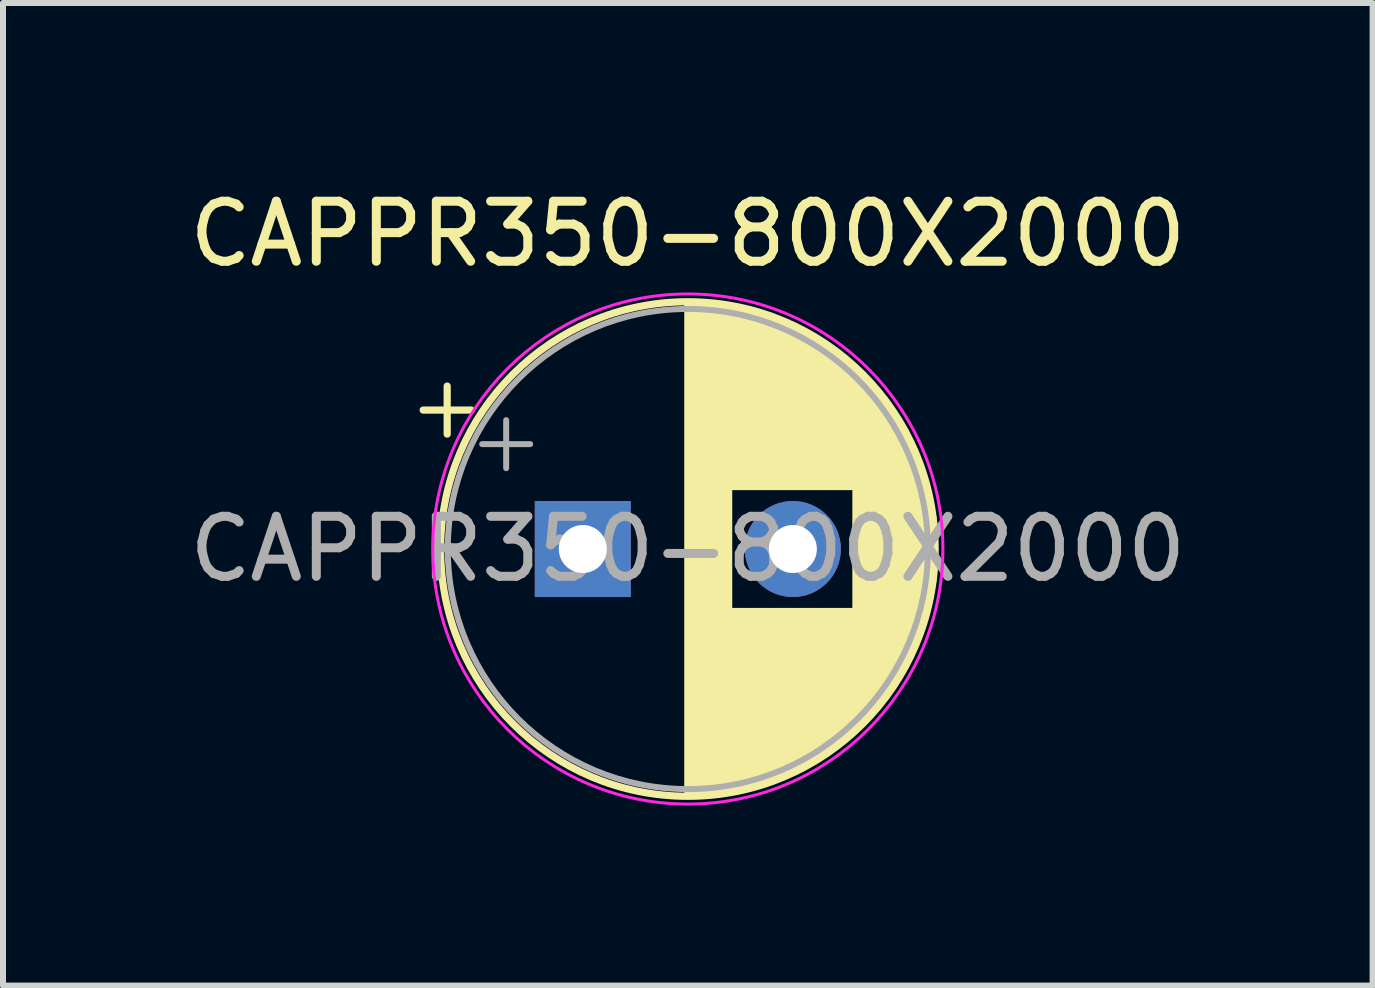
<source format=kicad_pcb>
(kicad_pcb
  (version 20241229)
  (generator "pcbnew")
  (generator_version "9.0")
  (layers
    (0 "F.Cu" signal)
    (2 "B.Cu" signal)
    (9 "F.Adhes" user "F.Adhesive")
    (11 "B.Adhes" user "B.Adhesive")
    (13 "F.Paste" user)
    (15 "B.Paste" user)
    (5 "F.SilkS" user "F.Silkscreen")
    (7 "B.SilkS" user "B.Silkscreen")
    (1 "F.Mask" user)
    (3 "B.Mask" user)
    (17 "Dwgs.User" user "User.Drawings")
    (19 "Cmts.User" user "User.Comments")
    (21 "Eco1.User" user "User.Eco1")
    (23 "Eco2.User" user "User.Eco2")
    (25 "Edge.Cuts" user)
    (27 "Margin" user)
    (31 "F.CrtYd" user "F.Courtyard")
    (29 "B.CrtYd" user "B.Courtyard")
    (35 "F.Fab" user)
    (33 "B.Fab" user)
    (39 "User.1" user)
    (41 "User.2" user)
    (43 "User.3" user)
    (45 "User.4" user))
  (footprint "CAPPR350-800X2000"
    (layer "F.Cu")
    (at 6.661 6.098)
    (property "Reference" "CAPPR350-800X2000" (at 1.75 -5.25 0) (layer "F.SilkS") (effects (font (size 1 1) (thickness 0.15))))
    (attr through_hole)
    (fp_line (start -2.66 -2.315) (end -1.86 -2.315) (stroke (width 0.12) (type solid)) (layer "F.SilkS"))
    (fp_line (start -2.26 -2.715) (end -2.26 -1.915) (stroke (width 0.12) (type solid)) (layer "F.SilkS"))
    (fp_line (start 1.75 -4.08) (end 1.75 4.08) (stroke (width 0.12) (type solid)) (layer "F.SilkS"))
    (fp_line (start 1.79 -4.08) (end 1.79 4.08) (stroke (width 0.12) (type solid)) (layer "F.SilkS"))
    (fp_line (start 1.83 -4.08) (end 1.83 4.08) (stroke (width 0.12) (type solid)) (layer "F.SilkS"))
    (fp_line (start 1.87 -4.079) (end 1.87 4.079) (stroke (width 0.12) (type solid)) (layer "F.SilkS"))
    (fp_line (start 1.91 -4.077) (end 1.91 4.077) (stroke (width 0.12) (type solid)) (layer "F.SilkS"))
    (fp_line (start 1.95 -4.076) (end 1.95 4.076) (stroke (width 0.12) (type solid)) (layer "F.SilkS"))
    (fp_line (start 1.99 -4.074) (end 1.99 4.074) (stroke (width 0.12) (type solid)) (layer "F.SilkS"))
    (fp_line (start 2.03 -4.071) (end 2.03 4.071) (stroke (width 0.12) (type solid)) (layer "F.SilkS"))
    (fp_line (start 2.07 -4.068) (end 2.07 4.068) (stroke (width 0.12) (type solid)) (layer "F.SilkS"))
    (fp_line (start 2.11 -4.065) (end 2.11 4.065) (stroke (width 0.12) (type solid)) (layer "F.SilkS"))
    (fp_line (start 2.15 -4.061) (end 2.15 4.061) (stroke (width 0.12) (type solid)) (layer "F.SilkS"))
    (fp_line (start 2.19 -4.057) (end 2.19 4.057) (stroke (width 0.12) (type solid)) (layer "F.SilkS"))
    (fp_line (start 2.23 -4.052) (end 2.23 4.052) (stroke (width 0.12) (type solid)) (layer "F.SilkS"))
    (fp_line (start 2.27 -4.048) (end 2.27 4.048) (stroke (width 0.12) (type solid)) (layer "F.SilkS"))
    (fp_line (start 2.31 -4.042) (end 2.31 4.042) (stroke (width 0.12) (type solid)) (layer "F.SilkS"))
    (fp_line (start 2.35 -4.037) (end 2.35 4.037) (stroke (width 0.12) (type solid)) (layer "F.SilkS"))
    (fp_line (start 2.39 -4.03) (end 2.39 4.03) (stroke (width 0.12) (type solid)) (layer "F.SilkS"))
    (fp_line (start 2.43 -4.024) (end 2.43 4.024) (stroke (width 0.12) (type solid)) (layer "F.SilkS"))
    (fp_line (start 2.471 -4.017) (end 2.471 -1.04) (stroke (width 0.12) (type solid)) (layer "F.SilkS"))
    (fp_line (start 2.471 1.04) (end 2.471 4.017) (stroke (width 0.12) (type solid)) (layer "F.SilkS"))
    (fp_line (start 2.511 -4.01) (end 2.511 -1.04) (stroke (width 0.12) (type solid)) (layer "F.SilkS"))
    (fp_line (start 2.511 1.04) (end 2.511 4.01) (stroke (width 0.12) (type solid)) (layer "F.SilkS"))
    (fp_line (start 2.551 -4.002) (end 2.551 -1.04) (stroke (width 0.12) (type solid)) (layer "F.SilkS"))
    (fp_line (start 2.551 1.04) (end 2.551 4.002) (stroke (width 0.12) (type solid)) (layer "F.SilkS"))
    (fp_line (start 2.591 -3.994) (end 2.591 -1.04) (stroke (width 0.12) (type solid)) (layer "F.SilkS"))
    (fp_line (start 2.591 1.04) (end 2.591 3.994) (stroke (width 0.12) (type solid)) (layer "F.SilkS"))
    (fp_line (start 2.631 -3.985) (end 2.631 -1.04) (stroke (width 0.12) (type solid)) (layer "F.SilkS"))
    (fp_line (start 2.631 1.04) (end 2.631 3.985) (stroke (width 0.12) (type solid)) (layer "F.SilkS"))
    (fp_line (start 2.671 -3.976) (end 2.671 -1.04) (stroke (width 0.12) (type solid)) (layer "F.SilkS"))
    (fp_line (start 2.671 1.04) (end 2.671 3.976) (stroke (width 0.12) (type solid)) (layer "F.SilkS"))
    (fp_line (start 2.711 -3.967) (end 2.711 -1.04) (stroke (width 0.12) (type solid)) (layer "F.SilkS"))
    (fp_line (start 2.711 1.04) (end 2.711 3.967) (stroke (width 0.12) (type solid)) (layer "F.SilkS"))
    (fp_line (start 2.751 -3.957) (end 2.751 -1.04) (stroke (width 0.12) (type solid)) (layer "F.SilkS"))
    (fp_line (start 2.751 1.04) (end 2.751 3.957) (stroke (width 0.12) (type solid)) (layer "F.SilkS"))
    (fp_line (start 2.791 -3.947) (end 2.791 -1.04) (stroke (width 0.12) (type solid)) (layer "F.SilkS"))
    (fp_line (start 2.791 1.04) (end 2.791 3.947) (stroke (width 0.12) (type solid)) (layer "F.SilkS"))
    (fp_line (start 2.831 -3.936) (end 2.831 -1.04) (stroke (width 0.12) (type solid)) (layer "F.SilkS"))
    (fp_line (start 2.831 1.04) (end 2.831 3.936) (stroke (width 0.12) (type solid)) (layer "F.SilkS"))
    (fp_line (start 2.871 -3.925) (end 2.871 -1.04) (stroke (width 0.12) (type solid)) (layer "F.SilkS"))
    (fp_line (start 2.871 1.04) (end 2.871 3.925) (stroke (width 0.12) (type solid)) (layer "F.SilkS"))
    (fp_line (start 2.911 -3.914) (end 2.911 -1.04) (stroke (width 0.12) (type solid)) (layer "F.SilkS"))
    (fp_line (start 2.911 1.04) (end 2.911 3.914) (stroke (width 0.12) (type solid)) (layer "F.SilkS"))
    (fp_line (start 2.951 -3.902) (end 2.951 -1.04) (stroke (width 0.12) (type solid)) (layer "F.SilkS"))
    (fp_line (start 2.951 1.04) (end 2.951 3.902) (stroke (width 0.12) (type solid)) (layer "F.SilkS"))
    (fp_line (start 2.991 -3.889) (end 2.991 -1.04) (stroke (width 0.12) (type solid)) (layer "F.SilkS"))
    (fp_line (start 2.991 1.04) (end 2.991 3.889) (stroke (width 0.12) (type solid)) (layer "F.SilkS"))
    (fp_line (start 3.031 -3.877) (end 3.031 -1.04) (stroke (width 0.12) (type solid)) (layer "F.SilkS"))
    (fp_line (start 3.031 1.04) (end 3.031 3.877) (stroke (width 0.12) (type solid)) (layer "F.SilkS"))
    (fp_line (start 3.071 -3.863) (end 3.071 -1.04) (stroke (width 0.12) (type solid)) (layer "F.SilkS"))
    (fp_line (start 3.071 1.04) (end 3.071 3.863) (stroke (width 0.12) (type solid)) (layer "F.SilkS"))
    (fp_line (start 3.111 -3.85) (end 3.111 -1.04) (stroke (width 0.12) (type solid)) (layer "F.SilkS"))
    (fp_line (start 3.111 1.04) (end 3.111 3.85) (stroke (width 0.12) (type solid)) (layer "F.SilkS"))
    (fp_line (start 3.151 -3.835) (end 3.151 -1.04) (stroke (width 0.12) (type solid)) (layer "F.SilkS"))
    (fp_line (start 3.151 1.04) (end 3.151 3.835) (stroke (width 0.12) (type solid)) (layer "F.SilkS"))
    (fp_line (start 3.191 -3.821) (end 3.191 -1.04) (stroke (width 0.12) (type solid)) (layer "F.SilkS"))
    (fp_line (start 3.191 1.04) (end 3.191 3.821) (stroke (width 0.12) (type solid)) (layer "F.SilkS"))
    (fp_line (start 3.231 -3.805) (end 3.231 -1.04) (stroke (width 0.12) (type solid)) (layer "F.SilkS"))
    (fp_line (start 3.231 1.04) (end 3.231 3.805) (stroke (width 0.12) (type solid)) (layer "F.SilkS"))
    (fp_line (start 3.271 -3.79) (end 3.271 -1.04) (stroke (width 0.12) (type solid)) (layer "F.SilkS"))
    (fp_line (start 3.271 1.04) (end 3.271 3.79) (stroke (width 0.12) (type solid)) (layer "F.SilkS"))
    (fp_line (start 3.311 -3.774) (end 3.311 -1.04) (stroke (width 0.12) (type solid)) (layer "F.SilkS"))
    (fp_line (start 3.311 1.04) (end 3.311 3.774) (stroke (width 0.12) (type solid)) (layer "F.SilkS"))
    (fp_line (start 3.351 -3.757) (end 3.351 -1.04) (stroke (width 0.12) (type solid)) (layer "F.SilkS"))
    (fp_line (start 3.351 1.04) (end 3.351 3.757) (stroke (width 0.12) (type solid)) (layer "F.SilkS"))
    (fp_line (start 3.391 -3.74) (end 3.391 -1.04) (stroke (width 0.12) (type solid)) (layer "F.SilkS"))
    (fp_line (start 3.391 1.04) (end 3.391 3.74) (stroke (width 0.12) (type solid)) (layer "F.SilkS"))
    (fp_line (start 3.431 -3.722) (end 3.431 -1.04) (stroke (width 0.12) (type solid)) (layer "F.SilkS"))
    (fp_line (start 3.431 1.04) (end 3.431 3.722) (stroke (width 0.12) (type solid)) (layer "F.SilkS"))
    (fp_line (start 3.471 -3.704) (end 3.471 -1.04) (stroke (width 0.12) (type solid)) (layer "F.SilkS"))
    (fp_line (start 3.471 1.04) (end 3.471 3.704) (stroke (width 0.12) (type solid)) (layer "F.SilkS"))
    (fp_line (start 3.511 -3.686) (end 3.511 -1.04) (stroke (width 0.12) (type solid)) (layer "F.SilkS"))
    (fp_line (start 3.511 1.04) (end 3.511 3.686) (stroke (width 0.12) (type solid)) (layer "F.SilkS"))
    (fp_line (start 3.551 -3.666) (end 3.551 -1.04) (stroke (width 0.12) (type solid)) (layer "F.SilkS"))
    (fp_line (start 3.551 1.04) (end 3.551 3.666) (stroke (width 0.12) (type solid)) (layer "F.SilkS"))
    (fp_line (start 3.591 -3.647) (end 3.591 -1.04) (stroke (width 0.12) (type solid)) (layer "F.SilkS"))
    (fp_line (start 3.591 1.04) (end 3.591 3.647) (stroke (width 0.12) (type solid)) (layer "F.SilkS"))
    (fp_line (start 3.631 -3.627) (end 3.631 -1.04) (stroke (width 0.12) (type solid)) (layer "F.SilkS"))
    (fp_line (start 3.631 1.04) (end 3.631 3.627) (stroke (width 0.12) (type solid)) (layer "F.SilkS"))
    (fp_line (start 3.671 -3.606) (end 3.671 -1.04) (stroke (width 0.12) (type solid)) (layer "F.SilkS"))
    (fp_line (start 3.671 1.04) (end 3.671 3.606) (stroke (width 0.12) (type solid)) (layer "F.SilkS"))
    (fp_line (start 3.711 -3.584) (end 3.711 -1.04) (stroke (width 0.12) (type solid)) (layer "F.SilkS"))
    (fp_line (start 3.711 1.04) (end 3.711 3.584) (stroke (width 0.12) (type solid)) (layer "F.SilkS"))
    (fp_line (start 3.751 -3.562) (end 3.751 -1.04) (stroke (width 0.12) (type solid)) (layer "F.SilkS"))
    (fp_line (start 3.751 1.04) (end 3.751 3.562) (stroke (width 0.12) (type solid)) (layer "F.SilkS"))
    (fp_line (start 3.791 -3.54) (end 3.791 -1.04) (stroke (width 0.12) (type solid)) (layer "F.SilkS"))
    (fp_line (start 3.791 1.04) (end 3.791 3.54) (stroke (width 0.12) (type solid)) (layer "F.SilkS"))
    (fp_line (start 3.831 -3.517) (end 3.831 -1.04) (stroke (width 0.12) (type solid)) (layer "F.SilkS"))
    (fp_line (start 3.831 1.04) (end 3.831 3.517) (stroke (width 0.12) (type solid)) (layer "F.SilkS"))
    (fp_line (start 3.871 -3.493) (end 3.871 -1.04) (stroke (width 0.12) (type solid)) (layer "F.SilkS"))
    (fp_line (start 3.871 1.04) (end 3.871 3.493) (stroke (width 0.12) (type solid)) (layer "F.SilkS"))
    (fp_line (start 3.911 -3.469) (end 3.911 -1.04) (stroke (width 0.12) (type solid)) (layer "F.SilkS"))
    (fp_line (start 3.911 1.04) (end 3.911 3.469) (stroke (width 0.12) (type solid)) (layer "F.SilkS"))
    (fp_line (start 3.951 -3.444) (end 3.951 -1.04) (stroke (width 0.12) (type solid)) (layer "F.SilkS"))
    (fp_line (start 3.951 1.04) (end 3.951 3.444) (stroke (width 0.12) (type solid)) (layer "F.SilkS"))
    (fp_line (start 3.991 -3.418) (end 3.991 -1.04) (stroke (width 0.12) (type solid)) (layer "F.SilkS"))
    (fp_line (start 3.991 1.04) (end 3.991 3.418) (stroke (width 0.12) (type solid)) (layer "F.SilkS"))
    (fp_line (start 4.031 -3.392) (end 4.031 -1.04) (stroke (width 0.12) (type solid)) (layer "F.SilkS"))
    (fp_line (start 4.031 1.04) (end 4.031 3.392) (stroke (width 0.12) (type solid)) (layer "F.SilkS"))
    (fp_line (start 4.071 -3.365) (end 4.071 -1.04) (stroke (width 0.12) (type solid)) (layer "F.SilkS"))
    (fp_line (start 4.071 1.04) (end 4.071 3.365) (stroke (width 0.12) (type solid)) (layer "F.SilkS"))
    (fp_line (start 4.111 -3.338) (end 4.111 -1.04) (stroke (width 0.12) (type solid)) (layer "F.SilkS"))
    (fp_line (start 4.111 1.04) (end 4.111 3.338) (stroke (width 0.12) (type solid)) (layer "F.SilkS"))
    (fp_line (start 4.151 -3.309) (end 4.151 -1.04) (stroke (width 0.12) (type solid)) (layer "F.SilkS"))
    (fp_line (start 4.151 1.04) (end 4.151 3.309) (stroke (width 0.12) (type solid)) (layer "F.SilkS"))
    (fp_line (start 4.191 -3.28) (end 4.191 -1.04) (stroke (width 0.12) (type solid)) (layer "F.SilkS"))
    (fp_line (start 4.191 1.04) (end 4.191 3.28) (stroke (width 0.12) (type solid)) (layer "F.SilkS"))
    (fp_line (start 4.231 -3.25) (end 4.231 -1.04) (stroke (width 0.12) (type solid)) (layer "F.SilkS"))
    (fp_line (start 4.231 1.04) (end 4.231 3.25) (stroke (width 0.12) (type solid)) (layer "F.SilkS"))
    (fp_line (start 4.271 -3.22) (end 4.271 -1.04) (stroke (width 0.12) (type solid)) (layer "F.SilkS"))
    (fp_line (start 4.271 1.04) (end 4.271 3.22) (stroke (width 0.12) (type solid)) (layer "F.SilkS"))
    (fp_line (start 4.311 -3.189) (end 4.311 -1.04) (stroke (width 0.12) (type solid)) (layer "F.SilkS"))
    (fp_line (start 4.311 1.04) (end 4.311 3.189) (stroke (width 0.12) (type solid)) (layer "F.SilkS"))
    (fp_line (start 4.351 -3.156) (end 4.351 -1.04) (stroke (width 0.12) (type solid)) (layer "F.SilkS"))
    (fp_line (start 4.351 1.04) (end 4.351 3.156) (stroke (width 0.12) (type solid)) (layer "F.SilkS"))
    (fp_line (start 4.391 -3.124) (end 4.391 -1.04) (stroke (width 0.12) (type solid)) (layer "F.SilkS"))
    (fp_line (start 4.391 1.04) (end 4.391 3.124) (stroke (width 0.12) (type solid)) (layer "F.SilkS"))
    (fp_line (start 4.431 -3.09) (end 4.431 -1.04) (stroke (width 0.12) (type solid)) (layer "F.SilkS"))
    (fp_line (start 4.431 1.04) (end 4.431 3.09) (stroke (width 0.12) (type solid)) (layer "F.SilkS"))
    (fp_line (start 4.471 -3.055) (end 4.471 -1.04) (stroke (width 0.12) (type solid)) (layer "F.SilkS"))
    (fp_line (start 4.471 1.04) (end 4.471 3.055) (stroke (width 0.12) (type solid)) (layer "F.SilkS"))
    (fp_line (start 4.511 -3.019) (end 4.511 -1.04) (stroke (width 0.12) (type solid)) (layer "F.SilkS"))
    (fp_line (start 4.511 1.04) (end 4.511 3.019) (stroke (width 0.12) (type solid)) (layer "F.SilkS"))
    (fp_line (start 4.551 -2.983) (end 4.551 2.983) (stroke (width 0.12) (type solid)) (layer "F.SilkS"))
    (fp_line (start 4.591 -2.945) (end 4.591 2.945) (stroke (width 0.12) (type solid)) (layer "F.SilkS"))
    (fp_line (start 4.631 -2.907) (end 4.631 2.907) (stroke (width 0.12) (type solid)) (layer "F.SilkS"))
    (fp_line (start 4.671 -2.867) (end 4.671 2.867) (stroke (width 0.12) (type solid)) (layer "F.SilkS"))
    (fp_line (start 4.711 -2.826) (end 4.711 2.826) (stroke (width 0.12) (type solid)) (layer "F.SilkS"))
    (fp_line (start 4.751 -2.784) (end 4.751 2.784) (stroke (width 0.12) (type solid)) (layer "F.SilkS"))
    (fp_line (start 4.791 -2.741) (end 4.791 2.741) (stroke (width 0.12) (type solid)) (layer "F.SilkS"))
    (fp_line (start 4.831 -2.697) (end 4.831 2.697) (stroke (width 0.12) (type solid)) (layer "F.SilkS"))
    (fp_line (start 4.871 -2.651) (end 4.871 2.651) (stroke (width 0.12) (type solid)) (layer "F.SilkS"))
    (fp_line (start 4.911 -2.604) (end 4.911 2.604) (stroke (width 0.12) (type solid)) (layer "F.SilkS"))
    (fp_line (start 4.951 -2.556) (end 4.951 2.556) (stroke (width 0.12) (type solid)) (layer "F.SilkS"))
    (fp_line (start 4.991 -2.505) (end 4.991 2.505) (stroke (width 0.12) (type solid)) (layer "F.SilkS"))
    (fp_line (start 5.031 -2.454) (end 5.031 2.454) (stroke (width 0.12) (type solid)) (layer "F.SilkS"))
    (fp_line (start 5.071 -2.4) (end 5.071 2.4) (stroke (width 0.12) (type solid)) (layer "F.SilkS"))
    (fp_line (start 5.111 -2.345) (end 5.111 2.345) (stroke (width 0.12) (type solid)) (layer "F.SilkS"))
    (fp_line (start 5.151 -2.287) (end 5.151 2.287) (stroke (width 0.12) (type solid)) (layer "F.SilkS"))
    (fp_line (start 5.191 -2.228) (end 5.191 2.228) (stroke (width 0.12) (type solid)) (layer "F.SilkS"))
    (fp_line (start 5.231 -2.166) (end 5.231 2.166) (stroke (width 0.12) (type solid)) (layer "F.SilkS"))
    (fp_line (start 5.271 -2.102) (end 5.271 2.102) (stroke (width 0.12) (type solid)) (layer "F.SilkS"))
    (fp_line (start 5.311 -2.034) (end 5.311 2.034) (stroke (width 0.12) (type solid)) (layer "F.SilkS"))
    (fp_line (start 5.351 -1.964) (end 5.351 1.964) (stroke (width 0.12) (type solid)) (layer "F.SilkS"))
    (fp_line (start 5.391 -1.89) (end 5.391 1.89) (stroke (width 0.12) (type solid)) (layer "F.SilkS"))
    (fp_line (start 5.431 -1.813) (end 5.431 1.813) (stroke (width 0.12) (type solid)) (layer "F.SilkS"))
    (fp_line (start 5.471 -1.731) (end 5.471 1.731) (stroke (width 0.12) (type solid)) (layer "F.SilkS"))
    (fp_line (start 5.511 -1.645) (end 5.511 1.645) (stroke (width 0.12) (type solid)) (layer "F.SilkS"))
    (fp_line (start 5.551 -1.552) (end 5.551 1.552) (stroke (width 0.12) (type solid)) (layer "F.SilkS"))
    (fp_line (start 5.591 -1.453) (end 5.591 1.453) (stroke (width 0.12) (type solid)) (layer "F.SilkS"))
    (fp_line (start 5.631 -1.346) (end 5.631 1.346) (stroke (width 0.12) (type solid)) (layer "F.SilkS"))
    (fp_line (start 5.671 -1.229) (end 5.671 1.229) (stroke (width 0.12) (type solid)) (layer "F.SilkS"))
    (fp_line (start 5.711 -1.098) (end 5.711 1.098) (stroke (width 0.12) (type solid)) (layer "F.SilkS"))
    (fp_line (start 5.751 -0.948) (end 5.751 0.948) (stroke (width 0.12) (type solid)) (layer "F.SilkS"))
    (fp_line (start 5.791 -0.768) (end 5.791 0.768) (stroke (width 0.12) (type solid)) (layer "F.SilkS"))
    (fp_line (start 5.831 -0.533) (end 5.831 0.533) (stroke (width 0.12) (type solid)) (layer "F.SilkS"))
    (fp_circle (center 1.75 0) (end 5.87 0) (stroke (width 0.12) (type solid)) (fill no) (layer "F.SilkS"))
    (fp_circle (center 1.75 0) (end 6 0) (stroke (width 0.05) (type solid)) (fill no) (layer "F.CrtYd"))
    (fp_line (start -1.677 -1.748) (end -0.877 -1.748) (stroke (width 0.1) (type solid)) (layer "F.Fab"))
    (fp_line (start -1.277 -2.147) (end -1.277 -1.347) (stroke (width 0.1) (type solid)) (layer "F.Fab"))
    (fp_circle (center 1.75 0) (end 5.75 0) (stroke (width 0.1) (type solid)) (fill no) (layer "F.Fab"))
    (fp_text user "${REFERENCE}" (at 1.75 0 0) (layer "F.Fab") (effects (font (size 1 1) (thickness 0.15))))
    (pad "1" thru_hole rect (at 0 0) (size 1.6 1.6) (drill 0.8) (layers "*.Cu" "*.Mask"))
    (pad "2" thru_hole circle (at 3.5 0) (size 1.6 1.6) (drill 0.8) (layers "*.Cu" "*.Mask")))
  (gr_rect
    (start -3 -3)
    (end 19.821 13.373)
    (stroke (width 0.1) (type default))
    (fill no)
    (layer "Edge.Cuts")))
</source>
